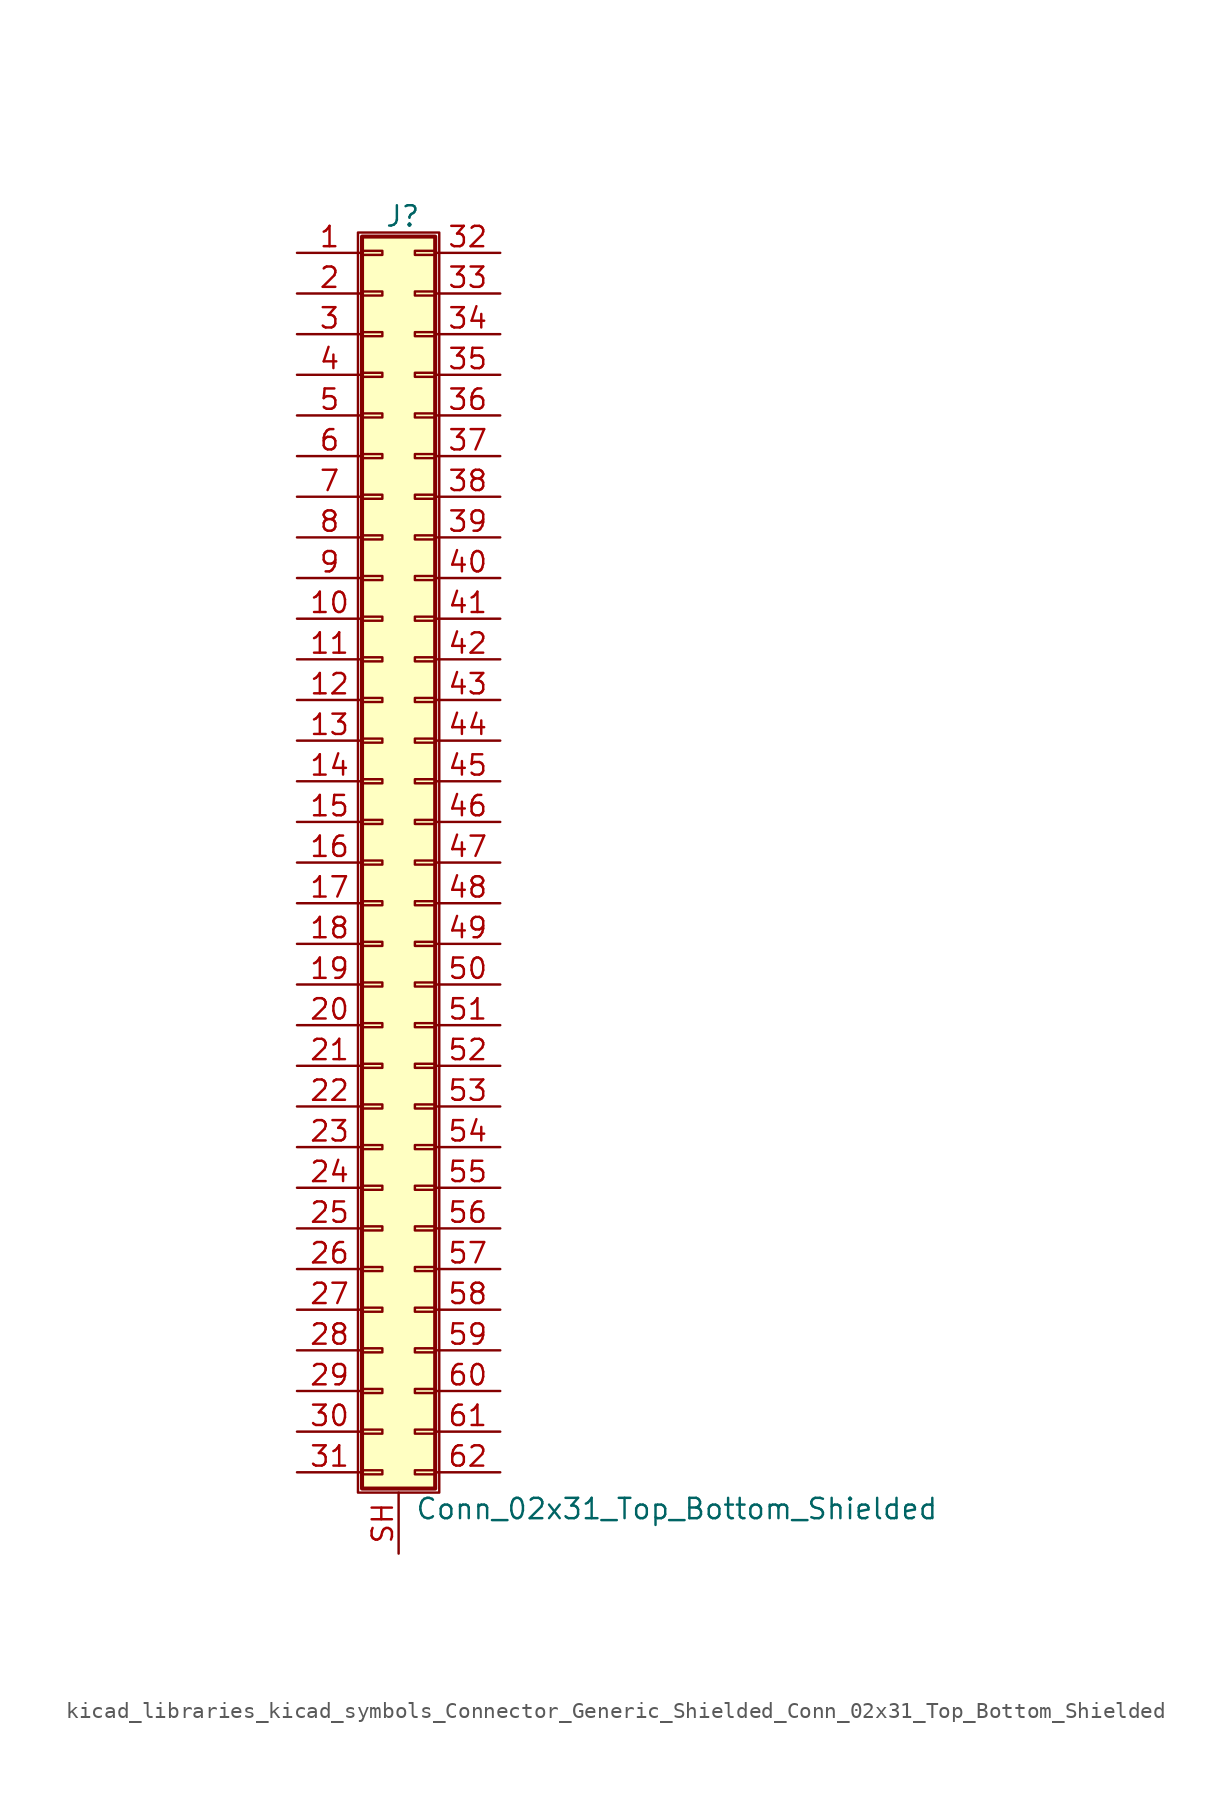
<source format=kicad_sym>
(kicad_symbol_lib
  (version 20220914)
  (generator kicad_symbol_editor)
  (symbol "kicad_libraries_kicad_symbols_Connector_Generic_Shielded_Conn_02x31_Top_Bottom_Shielded"
    (pin_names
      (offset 1.016) hide)
    (property "Reference" "J"
      (at 1.524 40.386 0)
      (effects (font (size 1.27 1.27))))
    (property "Value" "Conn_02x31_Top_Bottom_Shielded"
      (at 2.286 -40.386 0)
      (effects (font (size 1.27 1.27)) (justify left)))
    (symbol "kicad_libraries_kicad_symbols_Connector_Generic_Shielded_Conn_02x31_Top_Bottom_Shielded_1_1"
      (rectangle (start -1.27 39.37) (end 3.81 -39.37) (stroke (width 0.152) (type default)) (fill (type none)))
      (rectangle (start -1.016 -37.973) (end 0.254 -38.227) (stroke (width 0.152) (type default)) (fill (type none)))
      (rectangle (start -1.016 -35.433) (end 0.254 -35.687) (stroke (width 0.152) (type default)) (fill (type none)))
      (rectangle (start -1.016 -32.893) (end 0.254 -33.147) (stroke (width 0.152) (type default)) (fill (type none)))
      (rectangle (start -1.016 -30.353) (end 0.254 -30.607) (stroke (width 0.152) (type default)) (fill (type none)))
      (rectangle (start -1.016 -27.813) (end 0.254 -28.067) (stroke (width 0.152) (type default)) (fill (type none)))
      (rectangle (start -1.016 -25.273) (end 0.254 -25.527) (stroke (width 0.152) (type default)) (fill (type none)))
      (rectangle (start -1.016 -22.733) (end 0.254 -22.987) (stroke (width 0.152) (type default)) (fill (type none)))
      (rectangle (start -1.016 -20.193) (end 0.254 -20.447) (stroke (width 0.152) (type default)) (fill (type none)))
      (rectangle (start -1.016 -17.653) (end 0.254 -17.907) (stroke (width 0.152) (type default)) (fill (type none)))
      (rectangle (start -1.016 -15.113) (end 0.254 -15.367) (stroke (width 0.152) (type default)) (fill (type none)))
      (rectangle (start -1.016 -12.573) (end 0.254 -12.827) (stroke (width 0.152) (type default)) (fill (type none)))
      (rectangle (start -1.016 -10.033) (end 0.254 -10.287) (stroke (width 0.152) (type default)) (fill (type none)))
      (rectangle (start -1.016 -7.493) (end 0.254 -7.747) (stroke (width 0.152) (type default)) (fill (type none)))
      (rectangle (start -1.016 -4.953) (end 0.254 -5.207) (stroke (width 0.152) (type default)) (fill (type none)))
      (rectangle (start -1.016 -2.413) (end 0.254 -2.667) (stroke (width 0.152) (type default)) (fill (type none)))
      (rectangle (start -1.016 0.127) (end 0.254 -0.127) (stroke (width 0.152) (type default)) (fill (type none)))
      (rectangle (start -1.016 2.667) (end 0.254 2.413) (stroke (width 0.152) (type default)) (fill (type none)))
      (rectangle (start -1.016 5.207) (end 0.254 4.953) (stroke (width 0.152) (type default)) (fill (type none)))
      (rectangle (start -1.016 7.747) (end 0.254 7.493) (stroke (width 0.152) (type default)) (fill (type none)))
      (rectangle (start -1.016 10.287) (end 0.254 10.033) (stroke (width 0.152) (type default)) (fill (type none)))
      (rectangle (start -1.016 12.827) (end 0.254 12.573) (stroke (width 0.152) (type default)) (fill (type none)))
      (rectangle (start -1.016 15.367) (end 0.254 15.113) (stroke (width 0.152) (type default)) (fill (type none)))
      (rectangle (start -1.016 17.907) (end 0.254 17.653) (stroke (width 0.152) (type default)) (fill (type none)))
      (rectangle (start -1.016 20.447) (end 0.254 20.193) (stroke (width 0.152) (type default)) (fill (type none)))
      (rectangle (start -1.016 22.987) (end 0.254 22.733) (stroke (width 0.152) (type default)) (fill (type none)))
      (rectangle (start -1.016 25.527) (end 0.254 25.273) (stroke (width 0.152) (type default)) (fill (type none)))
      (rectangle (start -1.016 28.067) (end 0.254 27.813) (stroke (width 0.152) (type default)) (fill (type none)))
      (rectangle (start -1.016 30.607) (end 0.254 30.353) (stroke (width 0.152) (type default)) (fill (type none)))
      (rectangle (start -1.016 33.147) (end 0.254 32.893) (stroke (width 0.152) (type default)) (fill (type none)))
      (rectangle (start -1.016 35.687) (end 0.254 35.433) (stroke (width 0.152) (type default)) (fill (type none)))
      (rectangle (start -1.016 38.227) (end 0.254 37.973) (stroke (width 0.152) (type default)) (fill (type none)))
      (rectangle (start -1.016 39.116) (end 3.556 -39.116) (stroke (width 0.254) (type default)) (fill (type background)))
      (rectangle (start 3.556 -37.973) (end 2.286 -38.227) (stroke (width 0.152) (type default)) (fill (type none)))
      (rectangle (start 3.556 -35.433) (end 2.286 -35.687) (stroke (width 0.152) (type default)) (fill (type none)))
      (rectangle (start 3.556 -32.893) (end 2.286 -33.147) (stroke (width 0.152) (type default)) (fill (type none)))
      (rectangle (start 3.556 -30.353) (end 2.286 -30.607) (stroke (width 0.152) (type default)) (fill (type none)))
      (rectangle (start 3.556 -27.813) (end 2.286 -28.067) (stroke (width 0.152) (type default)) (fill (type none)))
      (rectangle (start 3.556 -25.273) (end 2.286 -25.527) (stroke (width 0.152) (type default)) (fill (type none)))
      (rectangle (start 3.556 -22.733) (end 2.286 -22.987) (stroke (width 0.152) (type default)) (fill (type none)))
      (rectangle (start 3.556 -20.193) (end 2.286 -20.447) (stroke (width 0.152) (type default)) (fill (type none)))
      (rectangle (start 3.556 -17.653) (end 2.286 -17.907) (stroke (width 0.152) (type default)) (fill (type none)))
      (rectangle (start 3.556 -15.113) (end 2.286 -15.367) (stroke (width 0.152) (type default)) (fill (type none)))
      (rectangle (start 3.556 -12.573) (end 2.286 -12.827) (stroke (width 0.152) (type default)) (fill (type none)))
      (rectangle (start 3.556 -10.033) (end 2.286 -10.287) (stroke (width 0.152) (type default)) (fill (type none)))
      (rectangle (start 3.556 -7.493) (end 2.286 -7.747) (stroke (width 0.152) (type default)) (fill (type none)))
      (rectangle (start 3.556 -4.953) (end 2.286 -5.207) (stroke (width 0.152) (type default)) (fill (type none)))
      (rectangle (start 3.556 -2.413) (end 2.286 -2.667) (stroke (width 0.152) (type default)) (fill (type none)))
      (rectangle (start 3.556 0.127) (end 2.286 -0.127) (stroke (width 0.152) (type default)) (fill (type none)))
      (rectangle (start 3.556 2.667) (end 2.286 2.413) (stroke (width 0.152) (type default)) (fill (type none)))
      (rectangle (start 3.556 5.207) (end 2.286 4.953) (stroke (width 0.152) (type default)) (fill (type none)))
      (rectangle (start 3.556 7.747) (end 2.286 7.493) (stroke (width 0.152) (type default)) (fill (type none)))
      (rectangle (start 3.556 10.287) (end 2.286 10.033) (stroke (width 0.152) (type default)) (fill (type none)))
      (rectangle (start 3.556 12.827) (end 2.286 12.573) (stroke (width 0.152) (type default)) (fill (type none)))
      (rectangle (start 3.556 15.367) (end 2.286 15.113) (stroke (width 0.152) (type default)) (fill (type none)))
      (rectangle (start 3.556 17.907) (end 2.286 17.653) (stroke (width 0.152) (type default)) (fill (type none)))
      (rectangle (start 3.556 20.447) (end 2.286 20.193) (stroke (width 0.152) (type default)) (fill (type none)))
      (rectangle (start 3.556 22.987) (end 2.286 22.733) (stroke (width 0.152) (type default)) (fill (type none)))
      (rectangle (start 3.556 25.527) (end 2.286 25.273) (stroke (width 0.152) (type default)) (fill (type none)))
      (rectangle (start 3.556 28.067) (end 2.286 27.813) (stroke (width 0.152) (type default)) (fill (type none)))
      (rectangle (start 3.556 30.607) (end 2.286 30.353) (stroke (width 0.152) (type default)) (fill (type none)))
      (rectangle (start 3.556 33.147) (end 2.286 32.893) (stroke (width 0.152) (type default)) (fill (type none)))
      (rectangle (start 3.556 35.687) (end 2.286 35.433) (stroke (width 0.152) (type default)) (fill (type none)))
      (rectangle (start 3.556 38.227) (end 2.286 37.973) (stroke (width 0.152) (type default)) (fill (type none)))
      (pin passive line (at -5.08 38.1 0) (length 4.064) (name "Pin_1" (effects (font (size 1.27 1.27)))) (number "1" (effects (font (size 1.27 1.27)))))
      (pin passive line (at -5.08 15.24 0) (length 4.064) (name "Pin_10" (effects (font (size 1.27 1.27)))) (number "10" (effects (font (size 1.27 1.27)))))
      (pin passive line (at -5.08 12.7 0) (length 4.064) (name "Pin_11" (effects (font (size 1.27 1.27)))) (number "11" (effects (font (size 1.27 1.27)))))
      (pin passive line (at -5.08 10.16 0) (length 4.064) (name "Pin_12" (effects (font (size 1.27 1.27)))) (number "12" (effects (font (size 1.27 1.27)))))
      (pin passive line (at -5.08 7.62 0) (length 4.064) (name "Pin_13" (effects (font (size 1.27 1.27)))) (number "13" (effects (font (size 1.27 1.27)))))
      (pin passive line (at -5.08 5.08 0) (length 4.064) (name "Pin_14" (effects (font (size 1.27 1.27)))) (number "14" (effects (font (size 1.27 1.27)))))
      (pin passive line (at -5.08 2.54 0) (length 4.064) (name "Pin_15" (effects (font (size 1.27 1.27)))) (number "15" (effects (font (size 1.27 1.27)))))
      (pin passive line (at -5.08 0 0) (length 4.064) (name "Pin_16" (effects (font (size 1.27 1.27)))) (number "16" (effects (font (size 1.27 1.27)))))
      (pin passive line (at -5.08 -2.54 0) (length 4.064) (name "Pin_17" (effects (font (size 1.27 1.27)))) (number "17" (effects (font (size 1.27 1.27)))))
      (pin passive line (at -5.08 -5.08 0) (length 4.064) (name "Pin_18" (effects (font (size 1.27 1.27)))) (number "18" (effects (font (size 1.27 1.27)))))
      (pin passive line (at -5.08 -7.62 0) (length 4.064) (name "Pin_19" (effects (font (size 1.27 1.27)))) (number "19" (effects (font (size 1.27 1.27)))))
      (pin passive line (at -5.08 35.56 0) (length 4.064) (name "Pin_2" (effects (font (size 1.27 1.27)))) (number "2" (effects (font (size 1.27 1.27)))))
      (pin passive line (at -5.08 -10.16 0) (length 4.064) (name "Pin_20" (effects (font (size 1.27 1.27)))) (number "20" (effects (font (size 1.27 1.27)))))
      (pin passive line (at -5.08 -12.7 0) (length 4.064) (name "Pin_21" (effects (font (size 1.27 1.27)))) (number "21" (effects (font (size 1.27 1.27)))))
      (pin passive line (at -5.08 -15.24 0) (length 4.064) (name "Pin_22" (effects (font (size 1.27 1.27)))) (number "22" (effects (font (size 1.27 1.27)))))
      (pin passive line (at -5.08 -17.78 0) (length 4.064) (name "Pin_23" (effects (font (size 1.27 1.27)))) (number "23" (effects (font (size 1.27 1.27)))))
      (pin passive line (at -5.08 -20.32 0) (length 4.064) (name "Pin_24" (effects (font (size 1.27 1.27)))) (number "24" (effects (font (size 1.27 1.27)))))
      (pin passive line (at -5.08 -22.86 0) (length 4.064) (name "Pin_25" (effects (font (size 1.27 1.27)))) (number "25" (effects (font (size 1.27 1.27)))))
      (pin passive line (at -5.08 -25.4 0) (length 4.064) (name "Pin_26" (effects (font (size 1.27 1.27)))) (number "26" (effects (font (size 1.27 1.27)))))
      (pin passive line (at -5.08 -27.94 0) (length 4.064) (name "Pin_27" (effects (font (size 1.27 1.27)))) (number "27" (effects (font (size 1.27 1.27)))))
      (pin passive line (at -5.08 -30.48 0) (length 4.064) (name "Pin_28" (effects (font (size 1.27 1.27)))) (number "28" (effects (font (size 1.27 1.27)))))
      (pin passive line (at -5.08 -33.02 0) (length 4.064) (name "Pin_29" (effects (font (size 1.27 1.27)))) (number "29" (effects (font (size 1.27 1.27)))))
      (pin passive line (at -5.08 33.02 0) (length 4.064) (name "Pin_3" (effects (font (size 1.27 1.27)))) (number "3" (effects (font (size 1.27 1.27)))))
      (pin passive line (at -5.08 -35.56 0) (length 4.064) (name "Pin_30" (effects (font (size 1.27 1.27)))) (number "30" (effects (font (size 1.27 1.27)))))
      (pin passive line (at -5.08 -38.1 0) (length 4.064) (name "Pin_31" (effects (font (size 1.27 1.27)))) (number "31" (effects (font (size 1.27 1.27)))))
      (pin passive line (at 7.62 38.1 180) (length 4.064) (name "Pin_32" (effects (font (size 1.27 1.27)))) (number "32" (effects (font (size 1.27 1.27)))))
      (pin passive line (at 7.62 35.56 180) (length 4.064) (name "Pin_33" (effects (font (size 1.27 1.27)))) (number "33" (effects (font (size 1.27 1.27)))))
      (pin passive line (at 7.62 33.02 180) (length 4.064) (name "Pin_34" (effects (font (size 1.27 1.27)))) (number "34" (effects (font (size 1.27 1.27)))))
      (pin passive line (at 7.62 30.48 180) (length 4.064) (name "Pin_35" (effects (font (size 1.27 1.27)))) (number "35" (effects (font (size 1.27 1.27)))))
      (pin passive line (at 7.62 27.94 180) (length 4.064) (name "Pin_36" (effects (font (size 1.27 1.27)))) (number "36" (effects (font (size 1.27 1.27)))))
      (pin passive line (at 7.62 25.4 180) (length 4.064) (name "Pin_37" (effects (font (size 1.27 1.27)))) (number "37" (effects (font (size 1.27 1.27)))))
      (pin passive line (at 7.62 22.86 180) (length 4.064) (name "Pin_38" (effects (font (size 1.27 1.27)))) (number "38" (effects (font (size 1.27 1.27)))))
      (pin passive line (at 7.62 20.32 180) (length 4.064) (name "Pin_39" (effects (font (size 1.27 1.27)))) (number "39" (effects (font (size 1.27 1.27)))))
      (pin passive line (at -5.08 30.48 0) (length 4.064) (name "Pin_4" (effects (font (size 1.27 1.27)))) (number "4" (effects (font (size 1.27 1.27)))))
      (pin passive line (at 7.62 17.78 180) (length 4.064) (name "Pin_40" (effects (font (size 1.27 1.27)))) (number "40" (effects (font (size 1.27 1.27)))))
      (pin passive line (at 7.62 15.24 180) (length 4.064) (name "Pin_41" (effects (font (size 1.27 1.27)))) (number "41" (effects (font (size 1.27 1.27)))))
      (pin passive line (at 7.62 12.7 180) (length 4.064) (name "Pin_42" (effects (font (size 1.27 1.27)))) (number "42" (effects (font (size 1.27 1.27)))))
      (pin passive line (at 7.62 10.16 180) (length 4.064) (name "Pin_43" (effects (font (size 1.27 1.27)))) (number "43" (effects (font (size 1.27 1.27)))))
      (pin passive line (at 7.62 7.62 180) (length 4.064) (name "Pin_44" (effects (font (size 1.27 1.27)))) (number "44" (effects (font (size 1.27 1.27)))))
      (pin passive line (at 7.62 5.08 180) (length 4.064) (name "Pin_45" (effects (font (size 1.27 1.27)))) (number "45" (effects (font (size 1.27 1.27)))))
      (pin passive line (at 7.62 2.54 180) (length 4.064) (name "Pin_46" (effects (font (size 1.27 1.27)))) (number "46" (effects (font (size 1.27 1.27)))))
      (pin passive line (at 7.62 0 180) (length 4.064) (name "Pin_47" (effects (font (size 1.27 1.27)))) (number "47" (effects (font (size 1.27 1.27)))))
      (pin passive line (at 7.62 -2.54 180) (length 4.064) (name "Pin_48" (effects (font (size 1.27 1.27)))) (number "48" (effects (font (size 1.27 1.27)))))
      (pin passive line (at 7.62 -5.08 180) (length 4.064) (name "Pin_49" (effects (font (size 1.27 1.27)))) (number "49" (effects (font (size 1.27 1.27)))))
      (pin passive line (at -5.08 27.94 0) (length 4.064) (name "Pin_5" (effects (font (size 1.27 1.27)))) (number "5" (effects (font (size 1.27 1.27)))))
      (pin passive line (at 7.62 -7.62 180) (length 4.064) (name "Pin_50" (effects (font (size 1.27 1.27)))) (number "50" (effects (font (size 1.27 1.27)))))
      (pin passive line (at 7.62 -10.16 180) (length 4.064) (name "Pin_51" (effects (font (size 1.27 1.27)))) (number "51" (effects (font (size 1.27 1.27)))))
      (pin passive line (at 7.62 -12.7 180) (length 4.064) (name "Pin_52" (effects (font (size 1.27 1.27)))) (number "52" (effects (font (size 1.27 1.27)))))
      (pin passive line (at 7.62 -15.24 180) (length 4.064) (name "Pin_53" (effects (font (size 1.27 1.27)))) (number "53" (effects (font (size 1.27 1.27)))))
      (pin passive line (at 7.62 -17.78 180) (length 4.064) (name "Pin_54" (effects (font (size 1.27 1.27)))) (number "54" (effects (font (size 1.27 1.27)))))
      (pin passive line (at 7.62 -20.32 180) (length 4.064) (name "Pin_55" (effects (font (size 1.27 1.27)))) (number "55" (effects (font (size 1.27 1.27)))))
      (pin passive line (at 7.62 -22.86 180) (length 4.064) (name "Pin_56" (effects (font (size 1.27 1.27)))) (number "56" (effects (font (size 1.27 1.27)))))
      (pin passive line (at 7.62 -25.4 180) (length 4.064) (name "Pin_57" (effects (font (size 1.27 1.27)))) (number "57" (effects (font (size 1.27 1.27)))))
      (pin passive line (at 7.62 -27.94 180) (length 4.064) (name "Pin_58" (effects (font (size 1.27 1.27)))) (number "58" (effects (font (size 1.27 1.27)))))
      (pin passive line (at 7.62 -30.48 180) (length 4.064) (name "Pin_59" (effects (font (size 1.27 1.27)))) (number "59" (effects (font (size 1.27 1.27)))))
      (pin passive line (at -5.08 25.4 0) (length 4.064) (name "Pin_6" (effects (font (size 1.27 1.27)))) (number "6" (effects (font (size 1.27 1.27)))))
      (pin passive line (at 7.62 -33.02 180) (length 4.064) (name "Pin_60" (effects (font (size 1.27 1.27)))) (number "60" (effects (font (size 1.27 1.27)))))
      (pin passive line (at 7.62 -35.56 180) (length 4.064) (name "Pin_61" (effects (font (size 1.27 1.27)))) (number "61" (effects (font (size 1.27 1.27)))))
      (pin passive line (at 7.62 -38.1 180) (length 4.064) (name "Pin_62" (effects (font (size 1.27 1.27)))) (number "62" (effects (font (size 1.27 1.27)))))
      (pin passive line (at -5.08 22.86 0) (length 4.064) (name "Pin_7" (effects (font (size 1.27 1.27)))) (number "7" (effects (font (size 1.27 1.27)))))
      (pin passive line (at -5.08 20.32 0) (length 4.064) (name "Pin_8" (effects (font (size 1.27 1.27)))) (number "8" (effects (font (size 1.27 1.27)))))
      (pin passive line (at -5.08 17.78 0) (length 4.064) (name "Pin_9" (effects (font (size 1.27 1.27)))) (number "9" (effects (font (size 1.27 1.27)))))
      (pin passive line (at 1.27 -43.18 90) (length 3.81) (name "Shield" (effects (font (size 1.27 1.27)))) (number "SH" (effects (font (size 1.27 1.27))))))))
</source>
